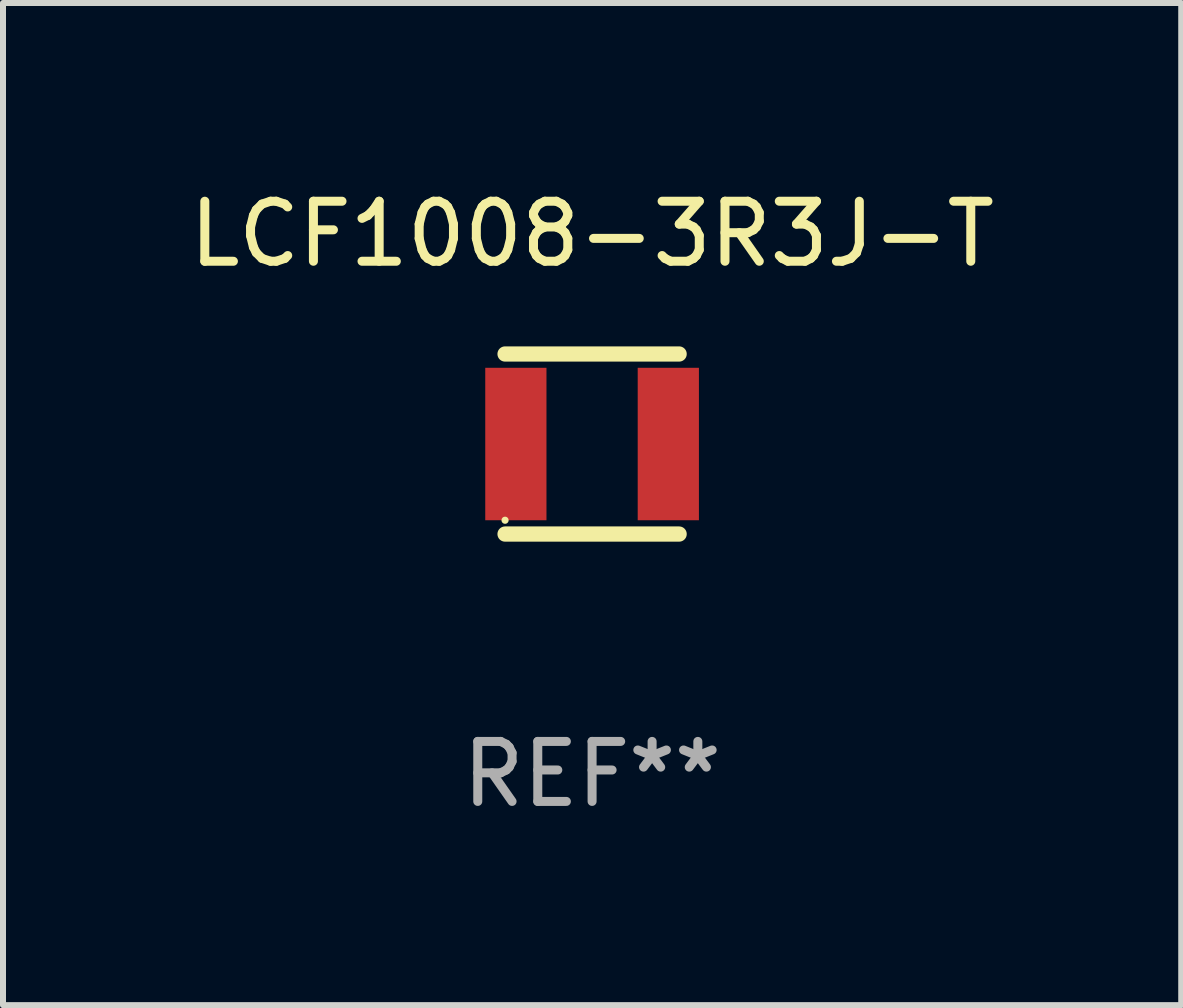
<source format=kicad_pcb>
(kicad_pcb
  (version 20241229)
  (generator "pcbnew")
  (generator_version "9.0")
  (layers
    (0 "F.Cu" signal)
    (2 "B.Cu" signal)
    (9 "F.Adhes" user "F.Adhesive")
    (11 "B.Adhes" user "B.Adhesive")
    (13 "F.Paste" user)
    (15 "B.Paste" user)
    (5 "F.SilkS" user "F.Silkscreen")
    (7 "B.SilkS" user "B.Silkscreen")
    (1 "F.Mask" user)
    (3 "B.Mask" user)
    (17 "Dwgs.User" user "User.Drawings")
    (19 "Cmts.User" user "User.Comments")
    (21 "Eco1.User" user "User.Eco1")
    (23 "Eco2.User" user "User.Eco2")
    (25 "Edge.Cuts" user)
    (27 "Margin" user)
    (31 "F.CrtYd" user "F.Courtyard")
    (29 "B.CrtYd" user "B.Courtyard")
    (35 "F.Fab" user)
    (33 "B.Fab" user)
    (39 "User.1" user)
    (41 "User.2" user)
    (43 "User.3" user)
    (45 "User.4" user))
  (footprint "LCF1008-3R3J-T"
    (layer "F.Cu")
    (at 6.815 4.348)
    (property "Reference" "LCF1008-3R3J-T" (at 0 -3.5 0) (layer "F.SilkS") (effects (font (size 1 1) (thickness 0.15))))
    (attr through_hole)
    (fp_line (start -1.45 -1.5) (end 1.45 -1.5) (stroke (width 0.254) (type solid)) (layer "F.SilkS"))
    (fp_line (start -1.45 1.5) (end 1.45 1.5) (stroke (width 0.254) (type solid)) (layer "F.SilkS"))
    (fp_circle (center -1.45 1.27) (end -1.42 1.27) (stroke (width 0.06) (type solid)) (fill no) (layer "F.SilkS"))
    (fp_text user "REF**" (at 0 5.5 0) (layer "F.Fab") (effects (font (size 1 1) (thickness 0.15))))
    (pad "1" smd rect (at -1.27 0 90) (size 2.54 1.02) (layers "F.Cu" "F.Mask" "F.Paste"))
    (pad "2" smd rect (at 1.27 0 90) (size 2.54 1.02) (layers "F.Cu" "F.Mask" "F.Paste")))
  (gr_rect
    (start -3 -3)
    (end 16.631 13.697)
    (stroke (width 0.1) (type default))
    (fill no)
    (layer "Edge.Cuts")))
</source>
